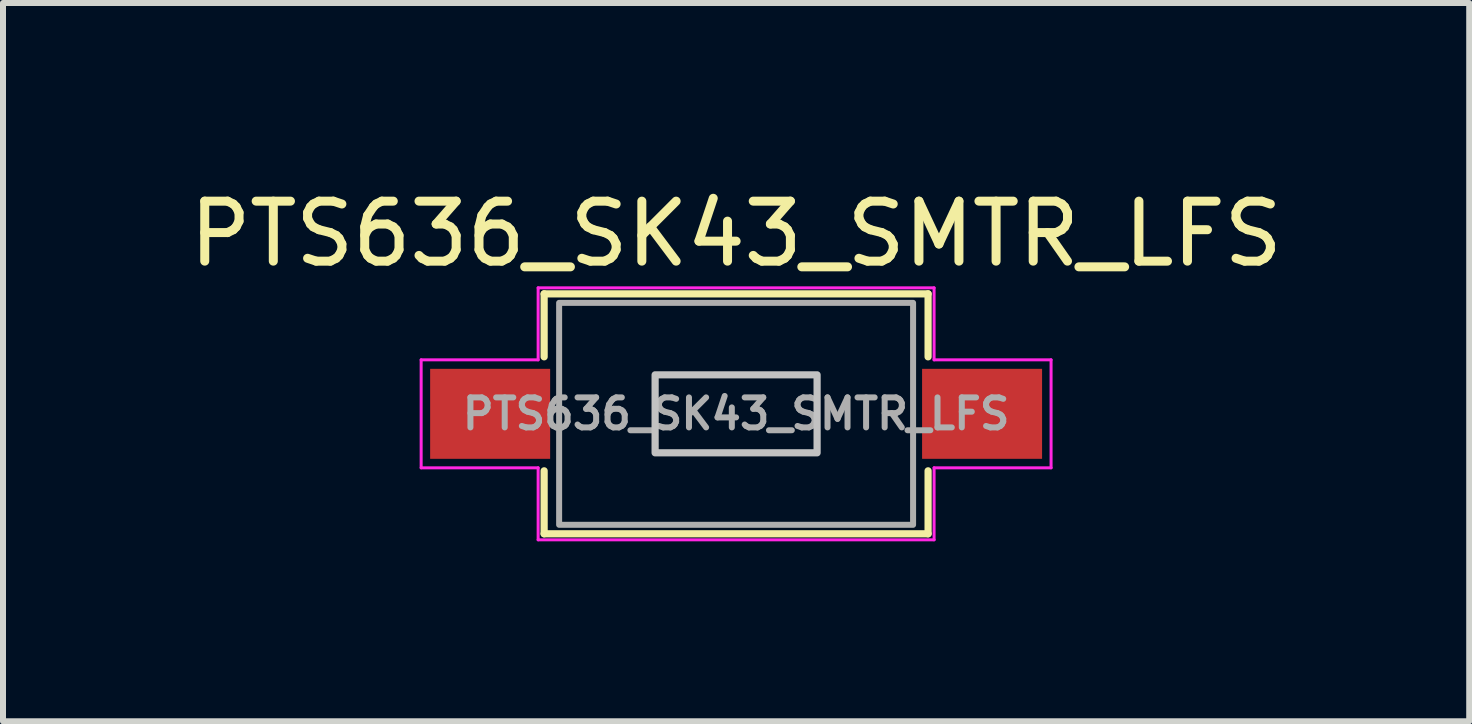
<source format=kicad_pcb>
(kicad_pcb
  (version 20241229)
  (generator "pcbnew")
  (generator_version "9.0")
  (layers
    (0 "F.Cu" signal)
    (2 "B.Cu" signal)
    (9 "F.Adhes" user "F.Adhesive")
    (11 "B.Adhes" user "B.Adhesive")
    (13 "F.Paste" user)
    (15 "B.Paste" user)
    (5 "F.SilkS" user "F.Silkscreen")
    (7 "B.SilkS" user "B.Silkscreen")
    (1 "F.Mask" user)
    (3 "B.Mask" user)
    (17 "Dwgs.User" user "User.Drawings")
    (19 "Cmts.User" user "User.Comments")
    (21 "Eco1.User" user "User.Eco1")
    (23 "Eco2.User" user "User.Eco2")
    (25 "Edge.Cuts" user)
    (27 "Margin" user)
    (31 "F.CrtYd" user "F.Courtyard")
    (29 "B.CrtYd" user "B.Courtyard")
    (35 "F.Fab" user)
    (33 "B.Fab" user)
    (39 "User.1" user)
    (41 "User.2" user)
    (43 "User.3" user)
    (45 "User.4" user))
  (footprint "PTS636_SK43_SMTR_LFS"
    (layer "F.Cu")
    (at 9.22 3.848)
    (property "Reference" "PTS636_SK43_SMTR_LFS" (at 0 -3 0) (unlocked yes) (layer "F.SilkS") (effects (font (size 1 1) (thickness 0.15))))
    (attr smd)
    (fp_line (start -3.2 -2) (end -3.2 -0.95) (stroke (width 0.12) (type solid)) (layer "F.SilkS"))
    (fp_line (start -3.2 0.95) (end -3.2 2) (stroke (width 0.12) (type solid)) (layer "F.SilkS"))
    (fp_line (start -3.2 2) (end 3.2 2) (stroke (width 0.12) (type solid)) (layer "F.SilkS"))
    (fp_line (start 3.2 -2) (end -3.2 -2) (stroke (width 0.12) (type solid)) (layer "F.SilkS"))
    (fp_line (start 3.2 -0.95) (end 3.2 -2) (stroke (width 0.12) (type solid)) (layer "F.SilkS"))
    (fp_line (start 3.2 2) (end 3.2 0.95) (stroke (width 0.12) (type solid)) (layer "F.SilkS"))
    (fp_rect (start -1.35 -0.65) (end 1.35 0.65) (stroke (width 0.12) (type solid)) (fill no) (layer "Dwgs.User"))
    (fp_line (start -5.25 -0.9) (end -3.3 -0.9) (stroke (width 0.05) (type solid)) (layer "F.CrtYd"))
    (fp_line (start -5.25 0.9) (end -5.25 -0.9) (stroke (width 0.05) (type solid)) (layer "F.CrtYd"))
    (fp_line (start -3.3 -2.1) (end 3.3 -2.1) (stroke (width 0.05) (type solid)) (layer "F.CrtYd"))
    (fp_line (start -3.3 -0.9) (end -3.3 -2.1) (stroke (width 0.05) (type solid)) (layer "F.CrtYd"))
    (fp_line (start -3.3 0.9) (end -5.25 0.9) (stroke (width 0.05) (type solid)) (layer "F.CrtYd"))
    (fp_line (start -3.3 2.1) (end -3.3 0.9) (stroke (width 0.05) (type solid)) (layer "F.CrtYd"))
    (fp_line (start 3.3 -2.1) (end 3.3 -0.9) (stroke (width 0.05) (type solid)) (layer "F.CrtYd"))
    (fp_line (start 3.3 -0.9) (end 5.25 -0.9) (stroke (width 0.05) (type solid)) (layer "F.CrtYd"))
    (fp_line (start 3.3 0.9) (end 3.3 2.1) (stroke (width 0.05) (type solid)) (layer "F.CrtYd"))
    (fp_line (start 3.3 2.1) (end -3.3 2.1) (stroke (width 0.05) (type solid)) (layer "F.CrtYd"))
    (fp_line (start 5.25 -0.9) (end 5.25 0.9) (stroke (width 0.05) (type solid)) (layer "F.CrtYd"))
    (fp_line (start 5.25 0.9) (end 3.3 0.9) (stroke (width 0.05) (type solid)) (layer "F.CrtYd"))
    (fp_rect (start -2.95 -1.85) (end 2.95 1.85) (stroke (width 0.1) (type solid)) (fill no) (layer "F.Fab"))
    (fp_text user "${REFERENCE}" (at 0 0 0) (unlocked yes) (layer "F.Fab") (effects (font (size 0.5 0.5) (thickness 0.1))))
    (pad "1" smd rect (at -4.1 0) (size 2 1.5) (layers "F.Cu" "F.Mask" "F.Paste"))
    (pad "2" smd rect (at 4.1 0) (size 2 1.5) (layers "F.Cu" "F.Mask" "F.Paste")))
  (gr_rect
    (start -3 -3)
    (end 21.44 8.973)
    (stroke (width 0.1) (type default))
    (fill no)
    (layer "Edge.Cuts")))
</source>
